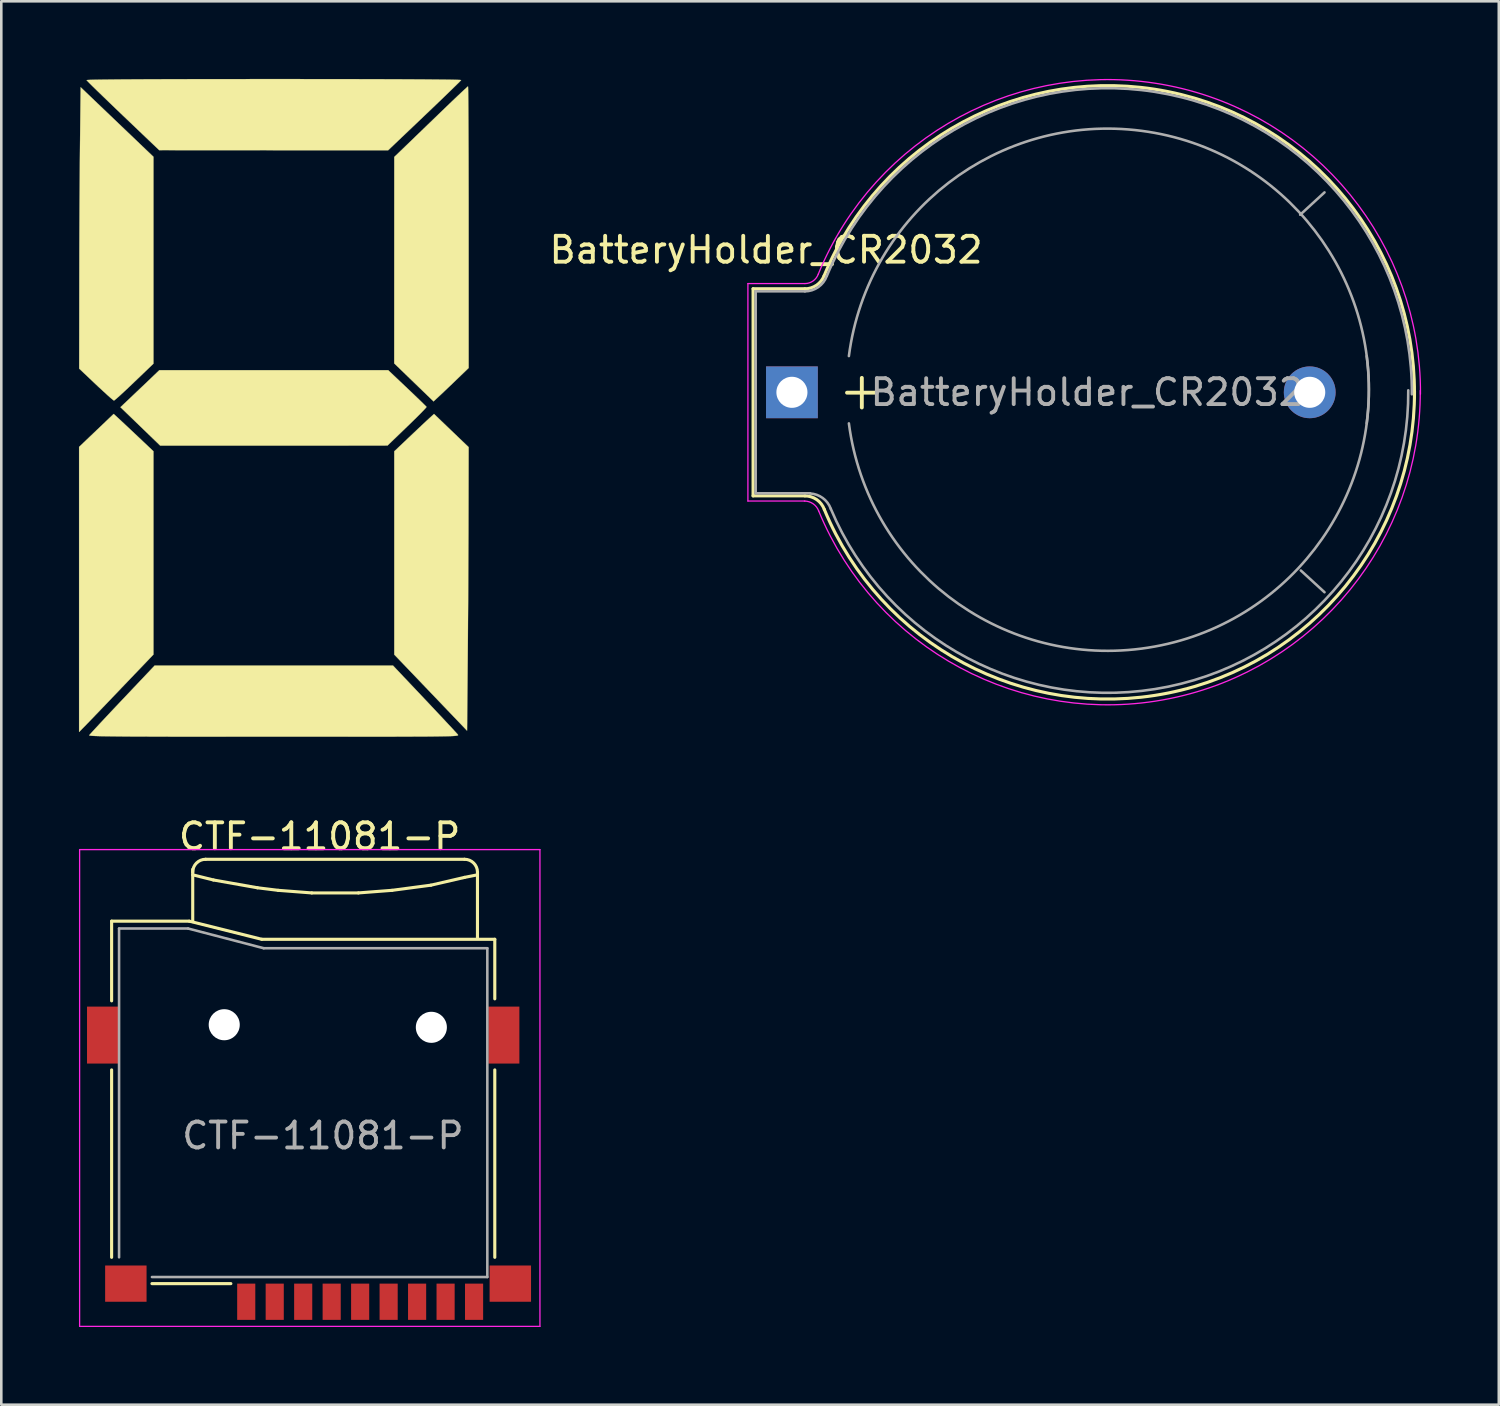
<source format=kicad_pcb>
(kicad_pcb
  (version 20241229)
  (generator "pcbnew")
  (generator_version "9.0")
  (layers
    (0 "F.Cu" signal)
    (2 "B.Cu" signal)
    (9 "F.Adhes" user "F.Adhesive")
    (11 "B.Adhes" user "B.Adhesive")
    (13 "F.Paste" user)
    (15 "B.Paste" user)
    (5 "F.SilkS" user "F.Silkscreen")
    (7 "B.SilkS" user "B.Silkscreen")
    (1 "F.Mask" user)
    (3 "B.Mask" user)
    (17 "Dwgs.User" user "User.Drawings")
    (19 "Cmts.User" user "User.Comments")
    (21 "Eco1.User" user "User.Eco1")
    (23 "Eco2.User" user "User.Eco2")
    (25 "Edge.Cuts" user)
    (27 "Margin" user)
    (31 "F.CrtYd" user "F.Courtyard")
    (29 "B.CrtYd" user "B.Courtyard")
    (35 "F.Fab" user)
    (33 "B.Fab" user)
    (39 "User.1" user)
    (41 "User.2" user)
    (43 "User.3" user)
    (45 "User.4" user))
  (footprint "8"
    (layer "F.Cu")
    (at 7.528 12.705)
    (property "Reference" "8" (at 0 0 0) (layer "F.SilkS") (effects (font (size 1.524 1.524) (thickness 0.3))))
    (attr through_hole)
    (fp_poly (pts (xy -5.975 0.429) (xy -5.876 0.521) (xy -5.732 0.656) (xy -5.558 0.819) (xy -5.368 0.998) (xy -5.207 1.15) (xy -4.651 1.676) (xy -4.651 9.526) (xy -5.908 10.84) (xy -6.175 11.119) (xy -6.43 11.386) (xy -6.668 11.634) (xy -6.881 11.856) (xy -7.063 12.045) (xy -7.207 12.194) (xy -7.306 12.297) (xy -7.344 12.335) (xy -7.523 12.517) (xy -7.523 1.507) (xy -6.187 0.233) (xy -5.975 0.429)) (stroke (width 0.01) (type solid)) (fill yes) (layer "F.SilkS"))
    (fp_poly (pts (xy 6.854 0.875) (xy 7.523 1.516) (xy 7.517 4.267) (xy 7.516 4.84) (xy 7.513 5.473) (xy 7.51 6.149) (xy 7.507 6.847) (xy 7.503 7.549) (xy 7.498 8.236) (xy 7.494 8.889) (xy 7.489 9.488) (xy 7.487 9.742) (xy 7.462 12.467) (xy 6.057 10.998) (xy 4.651 9.529) (xy 4.651 1.677) (xy 5.228 1.13) (xy 5.421 0.947) (xy 5.607 0.771) (xy 5.774 0.614) (xy 5.909 0.488) (xy 5.995 0.409) (xy 6.186 0.234) (xy 6.854 0.875)) (stroke (width 0.01) (type solid)) (fill yes) (layer "F.SilkS"))
    (fp_poly (pts (xy 5.151 -0.761) (xy 5.353 -0.569) (xy 5.534 -0.395) (xy 5.687 -0.248) (xy 5.804 -0.133) (xy 5.876 -0.061) (xy 5.897 -0.038) (xy 5.872 -0.004) (xy 5.796 0.079) (xy 5.677 0.202) (xy 5.522 0.358) (xy 5.338 0.538) (xy 5.148 0.722) (xy 4.388 1.455) (xy -4.39 1.456) (xy -5.925 -0.027) (xy -5.46 -0.468) (xy -5.271 -0.648) (xy -5.076 -0.833) (xy -4.893 -1.007) (xy -4.744 -1.149) (xy -4.709 -1.183) (xy -4.423 -1.456) (xy 4.417 -1.456) (xy 5.151 -0.761)) (stroke (width 0.01) (type solid)) (fill yes) (layer "F.SilkS"))
    (fp_poly (pts (xy -6.057 -11.042) (xy -4.651 -9.699) (xy -4.651 -1.709) (xy -5.395 -0.996) (xy -5.598 -0.802) (xy -5.783 -0.629) (xy -5.942 -0.482) (xy -6.066 -0.371) (xy -6.147 -0.303) (xy -6.176 -0.283) (xy -6.215 -0.31) (xy -6.304 -0.384) (xy -6.433 -0.499) (xy -6.594 -0.646) (xy -6.778 -0.816) (xy -6.867 -0.9) (xy -7.519 -1.517) (xy -7.515 -4.752) (xy -7.514 -5.33) (xy -7.513 -5.937) (xy -7.511 -6.563) (xy -7.508 -7.192) (xy -7.505 -7.814) (xy -7.501 -8.414) (xy -7.497 -8.979) (xy -7.493 -9.498) (xy -7.489 -9.955) (xy -7.487 -10.186) (xy -7.462 -12.385) (xy -6.057 -11.042)) (stroke (width 0.01) (type solid)) (fill yes) (layer "F.SilkS"))
    (fp_poly (pts (xy 7.501 -12.377) (xy 7.504 -12.261) (xy 7.507 -12.074) (xy 7.51 -11.82) (xy 7.512 -11.503) (xy 7.514 -11.129) (xy 7.516 -10.702) (xy 7.518 -10.227) (xy 7.52 -9.708) (xy 7.521 -9.151) (xy 7.522 -8.559) (xy 7.523 -7.938) (xy 7.523 -7.292) (xy 7.523 -6.98) (xy 7.523 -1.542) (xy 7.088 -1.123) (xy 6.91 -0.951) (xy 6.728 -0.778) (xy 6.562 -0.62) (xy 6.432 -0.497) (xy 6.411 -0.478) (xy 6.168 -0.251) (xy 5.409 -0.985) (xy 4.649 -1.719) (xy 4.651 -9.692) (xy 5.005 -10.033) (xy 5.119 -10.143) (xy 5.282 -10.3) (xy 5.483 -10.495) (xy 5.714 -10.717) (xy 5.964 -10.959) (xy 6.224 -11.209) (xy 6.417 -11.396) (xy 6.659 -11.629) (xy 6.883 -11.844) (xy 7.083 -12.034) (xy 7.25 -12.192) (xy 7.38 -12.313) (xy 7.465 -12.39) (xy 7.498 -12.417) (xy 7.501 -12.377)) (stroke (width 0.01) (type solid)) (fill yes) (layer "F.SilkS"))
    (fp_poly (pts (xy 0.956 -12.7) (xy 1.849 -12.699) (xy 2.68 -12.698) (xy 3.447 -12.697) (xy 4.147 -12.695) (xy 4.78 -12.693) (xy 5.344 -12.69) (xy 5.837 -12.687) (xy 6.258 -12.683) (xy 6.606 -12.68) (xy 6.879 -12.676) (xy 7.075 -12.671) (xy 7.194 -12.666) (xy 7.233 -12.661) (xy 7.233 -12.661) (xy 7.202 -12.626) (xy 7.118 -12.541) (xy 6.986 -12.412) (xy 6.814 -12.244) (xy 6.605 -12.042) (xy 6.367 -11.813) (xy 6.104 -11.561) (xy 5.823 -11.293) (xy 5.816 -11.286) (xy 4.412 -9.95) (xy -0.008 -9.952) (xy -4.429 -9.955) (xy -5.824 -11.286) (xy -6.104 -11.554) (xy -6.366 -11.806) (xy -6.604 -12.036) (xy -6.813 -12.238) (xy -6.986 -12.407) (xy -7.117 -12.537) (xy -7.201 -12.623) (xy -7.233 -12.659) (xy -7.233 -12.659) (xy -7.198 -12.665) (xy -7.09 -12.67) (xy -6.907 -12.675) (xy -6.649 -12.679) (xy -6.315 -12.683) (xy -5.906 -12.687) (xy -5.42 -12.69) (xy -4.857 -12.693) (xy -4.216 -12.695) (xy -3.498 -12.697) (xy -2.7 -12.698) (xy -1.823 -12.699) (xy -0.866 -12.7) (xy 0 -12.7) (xy 0.956 -12.7)) (stroke (width 0.01) (type solid)) (fill yes) (layer "F.SilkS"))
    (fp_poly (pts (xy 5.828 11.249) (xy 6.086 11.523) (xy 6.328 11.78) (xy 6.548 12.014) (xy 6.74 12.22) (xy 6.899 12.39) (xy 7.017 12.519) (xy 7.09 12.6) (xy 7.111 12.625) (xy 7.116 12.634) (xy 7.114 12.643) (xy 7.103 12.65) (xy 7.079 12.657) (xy 7.038 12.664) (xy 6.977 12.67) (xy 6.892 12.675) (xy 6.78 12.679) (xy 6.638 12.683) (xy 6.461 12.686) (xy 6.247 12.689) (xy 5.992 12.692) (xy 5.692 12.694) (xy 5.345 12.695) (xy 4.946 12.697) (xy 4.491 12.698) (xy 3.979 12.699) (xy 3.405 12.699) (xy 2.765 12.7) (xy 2.056 12.7) (xy 1.275 12.7) (xy 0.418 12.7) (xy 0.000284 12.7) (xy -0.905 12.7) (xy -1.733 12.7) (xy -2.486 12.699) (xy -3.168 12.699) (xy -3.783 12.698) (xy -4.333 12.697) (xy -4.823 12.695) (xy -5.254 12.694) (xy -5.631 12.692) (xy -5.957 12.689) (xy -6.235 12.686) (xy -6.468 12.683) (xy -6.66 12.68) (xy -6.814 12.675) (xy -6.934 12.671) (xy -7.022 12.666) (xy -7.082 12.66) (xy -7.117 12.654) (xy -7.131 12.647) (xy -7.131 12.643) (xy -7.097 12.603) (xy -7.013 12.51) (xy -6.885 12.371) (xy -6.719 12.192) (xy -6.52 11.979) (xy -6.294 11.738) (xy -6.047 11.476) (xy -5.85 11.268) (xy -4.602 9.95) (xy 4.599 9.95) (xy 5.828 11.249)) (stroke (width 0.01) (type solid)) (fill yes) (layer "F.SilkS")))
  (footprint "CTF-11081-P"
    (layer "F.Cu")
    (at 8.661 46.53)
    (property "Reference" "CTF-11081-P" (at 0.635 -17.272 0) (layer "F.SilkS") (effects (font (size 1 1) (thickness 0.15))))
    (attr smd)
    (fp_line (start -7.4 -14) (end -7.4 -10.922) (stroke (width 0.12) (type solid)) (layer "F.SilkS"))
    (fp_line (start -7.4 -14) (end -4.4 -14) (stroke (width 0.12) (type solid)) (layer "F.SilkS"))
    (fp_line (start -7.4 -8.255) (end -7.4 -1.016) (stroke (width 0.12) (type solid)) (layer "F.SilkS"))
    (fp_line (start -4.4 -14) (end -1.6 -13.3) (stroke (width 0.12) (type solid)) (layer "F.SilkS"))
    (fp_line (start -4.268 -15.79) (end -3.468 -15.591) (stroke (width 0.12) (type solid)) (layer "F.SilkS"))
    (fp_line (start -4.267 -13.983) (end -4.267 -16.002) (stroke (width 0.12) (type solid)) (layer "F.SilkS"))
    (fp_line (start -3.768 -16.39) (end 6.232 -16.39) (stroke (width 0.12) (type solid)) (layer "F.SilkS"))
    (fp_line (start -3.468 -15.591) (end -1.768 -15.29) (stroke (width 0.12) (type solid)) (layer "F.SilkS"))
    (fp_line (start -2.794 0) (end -5.842 0) (stroke (width 0.12) (type solid)) (layer "F.SilkS"))
    (fp_line (start -1.768 -15.29) (end -0.968 -15.191) (stroke (width 0.12) (type solid)) (layer "F.SilkS"))
    (fp_line (start -0.968 -15.191) (end 0.332 -15.091) (stroke (width 0.12) (type solid)) (layer "F.SilkS"))
    (fp_line (start 0.332 -15.091) (end 2.132 -15.091) (stroke (width 0.12) (type solid)) (layer "F.SilkS"))
    (fp_line (start 2.132 -15.091) (end 3.432 -15.191) (stroke (width 0.12) (type solid)) (layer "F.SilkS"))
    (fp_line (start 3.432 -15.191) (end 4.932 -15.39) (stroke (width 0.12) (type solid)) (layer "F.SilkS"))
    (fp_line (start 4.932 -15.39) (end 6.232 -15.691) (stroke (width 0.12) (type solid)) (layer "F.SilkS"))
    (fp_line (start 6.232 -15.691) (end 6.732 -15.79) (stroke (width 0.12) (type solid)) (layer "F.SilkS"))
    (fp_line (start 6.731 -13.335) (end 6.731 -15.875) (stroke (width 0.12) (type solid)) (layer "F.SilkS"))
    (fp_line (start 7.4 -13.3) (end -1.6 -13.3) (stroke (width 0.12) (type solid)) (layer "F.SilkS"))
    (fp_line (start 7.4 -13.3) (end 7.4 -11) (stroke (width 0.12) (type solid)) (layer "F.SilkS"))
    (fp_line (start 7.4 -8.255) (end 7.4 -1.016) (stroke (width 0.12) (type solid)) (layer "F.SilkS"))
    (fp_arc (start -4.2681 -15.8905) (mid -4.121653 -16.244053) (end -3.7681 -16.3905) (stroke (width 0.12) (type solid)) (layer "F.SilkS"))
    (fp_arc (start 6.2319 -16.3905) (mid 6.585453 -16.244053) (end 6.7319 -15.8905) (stroke (width 0.12) (type solid)) (layer "F.SilkS"))
    (fp_line (start -8.636 -16.764) (end -8.636 1.651) (stroke (width 0.05) (type solid)) (layer "F.CrtYd"))
    (fp_line (start 9.144 -16.764) (end -8.636 -16.764) (stroke (width 0.05) (type solid)) (layer "F.CrtYd"))
    (fp_line (start 9.144 -16.764) (end 9.144 1.651) (stroke (width 0.05) (type solid)) (layer "F.CrtYd"))
    (fp_line (start 9.144 1.651) (end -8.636 1.651) (stroke (width 0.05) (type solid)) (layer "F.CrtYd"))
    (fp_line (start -7.112 -13.716) (end -7.112 -1.016) (stroke (width 0.1) (type solid)) (layer "F.Fab"))
    (fp_line (start -4.445 -13.716) (end -7.112 -13.716) (stroke (width 0.1) (type solid)) (layer "F.Fab"))
    (fp_line (start -4.445 -13.716) (end -1.524 -12.954) (stroke (width 0.1) (type solid)) (layer "F.Fab"))
    (fp_line (start 7.112 -12.954) (end -1.524 -12.954) (stroke (width 0.1) (type solid)) (layer "F.Fab"))
    (fp_line (start 7.112 -0.255) (end -5.842 -0.255) (stroke (width 0.1) (type solid)) (layer "F.Fab"))
    (fp_line (start 7.112 -0.255) (end 7.112 -12.954) (stroke (width 0.1) (type solid)) (layer "F.Fab"))
    (fp_text user "${REFERENCE}" (at 0.762 -5.715 0) (layer "F.Fab") (effects (font (size 1 1) (thickness 0.15))))
    (pad "" np_thru_hole circle (at -3.05 -10) (size 1.2 1.2) (drill 1.2) (layers "*.Cu" "*.Mask"))
    (pad "" np_thru_hole circle (at 4.95 -9.9) (size 1.2 1.2) (drill 1.2) (layers "*.Cu" "*.Mask"))
    (pad "1" smd rect (at -2.2 0.7) (size 0.7 1.4) (layers "F.Cu" "F.Mask" "F.Paste"))
    (pad "2" smd rect (at -1.1 0.7) (size 0.7 1.4) (layers "F.Cu" "F.Mask" "F.Paste"))
    (pad "3" smd rect (at 0 0.7) (size 0.7 1.4) (layers "F.Cu" "F.Mask" "F.Paste"))
    (pad "4" smd rect (at 1.1 0.7) (size 0.7 1.4) (layers "F.Cu" "F.Mask" "F.Paste"))
    (pad "5" smd rect (at 2.2 0.7) (size 0.7 1.4) (layers "F.Cu" "F.Mask" "F.Paste"))
    (pad "6" smd rect (at 3.3 0.7) (size 0.7 1.4) (layers "F.Cu" "F.Mask" "F.Paste"))
    (pad "7" smd rect (at 4.4 0.7) (size 0.7 1.4) (layers "F.Cu" "F.Mask" "F.Paste"))
    (pad "8" smd rect (at 5.5 0.7) (size 0.7 1.4) (layers "F.Cu" "F.Mask" "F.Paste"))
    (pad "Cd" smd rect (at 6.6 0.7) (size 0.7 1.4) (layers "F.Cu" "F.Mask" "F.Paste"))
    (pad "G" smd rect (at -7.75 -9.6) (size 1.2 2.2) (layers "F.Cu" "F.Mask" "F.Paste"))
    (pad "G" smd rect (at -6.85 0) (size 1.6 1.4) (layers "F.Cu" "F.Mask" "F.Paste"))
    (pad "G" smd rect (at 7.75 -9.6) (size 1.2 2.2) (layers "F.Cu" "F.Mask" "F.Paste"))
    (pad "G" smd rect (at 8 0) (size 1.6 1.4) (layers "F.Cu" "F.Mask" "F.Paste")))
  (footprint "BatteryHolder_CR2032"
    (layer "F.Cu")
    (at 24.538 12.103)
    (property "Reference" "BatteryHolder_CR2032" (at 2 -5.5 0) (layer "F.SilkS") (effects (font (size 1 1) (thickness 0.15))))
    (attr through_hole)
    (fp_line (start 1.5 -4) (end 3.5 -4) (stroke (width 0.12) (type solid)) (layer "F.SilkS"))
    (fp_line (start 1.5 4) (end 1.5 -4) (stroke (width 0.12) (type solid)) (layer "F.SilkS"))
    (fp_line (start 1.5 4) (end 3.5 4) (stroke (width 0.12) (type solid)) (layer "F.SilkS"))
    (fp_arc (start 3.5 4) (mid 3.958861 4.144678) (end 4.251754 4.526384) (stroke (width 0.12) (type solid)) (layer "F.SilkS"))
    (fp_arc (start 4.24302 -4.5) (mid 3.948769 -4.134242) (end 3.5 -3.996515) (stroke (width 0.12) (type solid)) (layer "F.SilkS"))
    (fp_arc (start 4.24302 -4.5) (mid 17.516279 -11.616379) (end 27.044967 0.046656) (stroke (width 0.12) (type solid)) (layer "F.SilkS"))
    (fp_arc (start 27.046943 -0.046665) (mid 17.530259 11.615598) (end 4.251754 4.526384) (stroke (width 0.12) (type solid)) (layer "F.SilkS"))
    (fp_line (start 1.3 -4.2) (end 3.5 -4.2) (stroke (width 0.05) (type solid)) (layer "F.CrtYd"))
    (fp_line (start 1.3 4.2) (end 1.3 -4.2) (stroke (width 0.05) (type solid)) (layer "F.CrtYd"))
    (fp_line (start 1.3 4.2) (end 3.5 4.2) (stroke (width 0.05) (type solid)) (layer "F.CrtYd"))
    (fp_arc (start 3.483169 4.2) (mid 3.820496 4.306359) (end 4.035813 4.586965) (stroke (width 0.05) (type solid)) (layer "F.CrtYd"))
    (fp_arc (start 4.016831 -4.561889) (mid 3.815467 -4.299466) (end 3.5 -4.2) (stroke (width 0.05) (type solid)) (layer "F.CrtYd"))
    (fp_arc (start 4.016831 -4.561889) (mid 17.558911 -11.845237) (end 27.27763 0.070365) (stroke (width 0.05) (type solid)) (layer "F.CrtYd"))
    (fp_arc (start 27.269564 -0.070318) (mid 17.572235 11.834349) (end 4.035813 4.586965) (stroke (width 0.05) (type solid)) (layer "F.CrtYd"))
    (fp_line (start 1.6 -3.9) (end 1.6 3.9) (stroke (width 0.1) (type solid)) (layer "F.Fab"))
    (fp_line (start 1.6 3.9) (end 3.7 3.9) (stroke (width 0.1) (type solid)) (layer "F.Fab"))
    (fp_line (start 3.5 -3.9) (end 1.6 -3.9) (stroke (width 0.1) (type solid)) (layer "F.Fab"))
    (fp_line (start 23.571 -7.722) (end 22.631 -6.858) (stroke (width 0.1) (type solid)) (layer "F.Fab"))
    (fp_line (start 23.571 7.722) (end 22.657 6.883) (stroke (width 0.1) (type solid)) (layer "F.Fab"))
    (fp_arc (start 3.7 3.907818) (mid 4.189729 4.082985) (end 4.501091 4.499604) (stroke (width 0.1) (type solid)) (layer "F.Fab"))
    (fp_arc (start 4.345723 -4.492182) (mid 4.016219 -4.062763) (end 3.5 -3.9) (stroke (width 0.1) (type solid)) (layer "F.Fab"))
    (fp_arc (start 4.35 -4.5) (mid 17.532242 -11.512304) (end 26.945913 0.077636) (stroke (width 0.1) (type solid)) (layer "F.Fab"))
    (fp_arc (start 5.2 -1.4) (mid 16.5 -10.1) (end 25.2 1.2) (stroke (width 0.1) (type solid)) (layer "F.Fab"))
    (fp_arc (start 25.2 -1.4) (mid 16.5 9.9) (end 5.2 1.2) (stroke (width 0.1) (type solid)) (layer "F.Fab"))
    (fp_arc (start 26.806343 -0.076713) (mid 17.532708 11.369765) (end 4.501091 4.499604) (stroke (width 0.1) (type solid)) (layer "F.Fab"))
    (fp_text user "+" (at 5.7 -0.1 0) (layer "F.SilkS") (effects (font (size 1.5 1.5) (thickness 0.15))))
    (fp_text user "${REFERENCE}" (at 14.4 0 0) (layer "F.Fab") (effects (font (size 1 1) (thickness 0.15))))
    (pad "1" thru_hole rect (at 3 0) (size 2 2) (drill 1.2) (layers "*.Cu" "*.Mask"))
    (pad "2" thru_hole circle (at 23 0) (size 2 2) (drill 1.2) (layers "*.Cu" "*.Mask")))
  (gr_rect
    (start -3 -3)
    (end 54.841 51.206)
    (stroke (width 0.1) (type default))
    (fill no)
    (layer "Edge.Cuts")))
</source>
